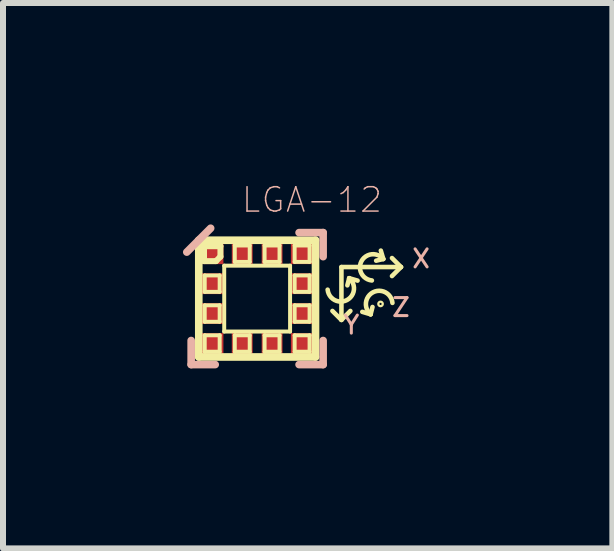
<source format=kicad_pcb>
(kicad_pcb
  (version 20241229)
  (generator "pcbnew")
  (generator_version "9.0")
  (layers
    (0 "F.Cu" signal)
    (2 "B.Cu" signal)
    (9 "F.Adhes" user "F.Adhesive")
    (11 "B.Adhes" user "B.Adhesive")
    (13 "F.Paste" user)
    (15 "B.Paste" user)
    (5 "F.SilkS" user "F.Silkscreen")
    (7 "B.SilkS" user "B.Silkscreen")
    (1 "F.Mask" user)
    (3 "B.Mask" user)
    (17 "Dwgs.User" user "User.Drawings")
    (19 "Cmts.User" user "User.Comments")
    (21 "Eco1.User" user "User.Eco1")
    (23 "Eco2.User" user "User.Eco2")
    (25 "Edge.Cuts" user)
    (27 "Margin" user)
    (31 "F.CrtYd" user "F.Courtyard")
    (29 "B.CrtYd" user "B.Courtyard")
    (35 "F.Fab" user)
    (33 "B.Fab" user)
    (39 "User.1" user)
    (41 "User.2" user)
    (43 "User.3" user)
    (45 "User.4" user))
  (footprint "LGA-12"
    (layer "F.Cu")
    (at 1.237 1.928)
    (property "Reference" "LGA-12" (at 0.914 -1.646 0) (layer "B.SilkS") (effects (font (size 0.406 0.406) (thickness 0.025))))
    (attr smd)
    (fp_line (start -0.973 -0.973) (end 0.973 -0.973) (stroke (width 0.127) (type solid)) (layer "F.SilkS"))
    (fp_line (start -0.973 0.973) (end -0.973 -0.973) (stroke (width 0.127) (type solid)) (layer "F.SilkS"))
    (fp_line (start -0.886 -0.874) (end -0.612 -0.874) (stroke (width 0.1) (type solid)) (layer "F.SilkS"))
    (fp_line (start -0.886 -0.625) (end -0.886 -0.874) (stroke (width 0.1) (type solid)) (layer "F.SilkS"))
    (fp_line (start -0.874 -0.386) (end -0.625 -0.386) (stroke (width 0.066) (type solid)) (layer "F.SilkS"))
    (fp_line (start -0.874 -0.112) (end -0.874 -0.386) (stroke (width 0.066) (type solid)) (layer "F.SilkS"))
    (fp_line (start -0.874 -0.112) (end -0.625 -0.112) (stroke (width 0.066) (type solid)) (layer "F.SilkS"))
    (fp_line (start -0.874 0.112) (end -0.625 0.112) (stroke (width 0.066) (type solid)) (layer "F.SilkS"))
    (fp_line (start -0.874 0.386) (end -0.874 0.112) (stroke (width 0.066) (type solid)) (layer "F.SilkS"))
    (fp_line (start -0.874 0.386) (end -0.625 0.386) (stroke (width 0.066) (type solid)) (layer "F.SilkS"))
    (fp_line (start -0.874 0.612) (end -0.625 0.612) (stroke (width 0.066) (type solid)) (layer "F.SilkS"))
    (fp_line (start -0.874 0.886) (end -0.874 0.612) (stroke (width 0.066) (type solid)) (layer "F.SilkS"))
    (fp_line (start -0.874 0.886) (end -0.625 0.886) (stroke (width 0.066) (type solid)) (layer "F.SilkS"))
    (fp_line (start -0.686 -0.625) (end -0.886 -0.625) (stroke (width 0.1) (type solid)) (layer "F.SilkS"))
    (fp_line (start -0.625 -0.112) (end -0.625 -0.386) (stroke (width 0.066) (type solid)) (layer "F.SilkS"))
    (fp_line (start -0.625 0.386) (end -0.625 0.112) (stroke (width 0.066) (type solid)) (layer "F.SilkS"))
    (fp_line (start -0.625 0.886) (end -0.625 0.612) (stroke (width 0.066) (type solid)) (layer "F.SilkS"))
    (fp_line (start -0.612 -0.874) (end -0.612 -0.699) (stroke (width 0.1) (type solid)) (layer "F.SilkS"))
    (fp_line (start -0.612 -0.699) (end -0.686 -0.625) (stroke (width 0.1) (type solid)) (layer "F.SilkS"))
    (fp_line (start -0.549 -0.549) (end 0.549 -0.549) (stroke (width 0.066) (type solid)) (layer "F.SilkS"))
    (fp_line (start -0.549 0.549) (end -0.549 -0.549) (stroke (width 0.066) (type solid)) (layer "F.SilkS"))
    (fp_line (start -0.549 0.549) (end 0.549 0.549) (stroke (width 0.066) (type solid)) (layer "F.SilkS"))
    (fp_line (start -0.373 -0.886) (end -0.124 -0.886) (stroke (width 0.066) (type solid)) (layer "F.SilkS"))
    (fp_line (start -0.373 -0.612) (end -0.373 -0.886) (stroke (width 0.066) (type solid)) (layer "F.SilkS"))
    (fp_line (start -0.373 -0.612) (end -0.124 -0.612) (stroke (width 0.066) (type solid)) (layer "F.SilkS"))
    (fp_line (start -0.373 0.612) (end -0.124 0.612) (stroke (width 0.066) (type solid)) (layer "F.SilkS"))
    (fp_line (start -0.373 0.886) (end -0.373 0.612) (stroke (width 0.066) (type solid)) (layer "F.SilkS"))
    (fp_line (start -0.373 0.886) (end -0.124 0.886) (stroke (width 0.066) (type solid)) (layer "F.SilkS"))
    (fp_line (start -0.124 -0.612) (end -0.124 -0.886) (stroke (width 0.066) (type solid)) (layer "F.SilkS"))
    (fp_line (start -0.124 0.886) (end -0.124 0.612) (stroke (width 0.066) (type solid)) (layer "F.SilkS"))
    (fp_line (start 0.124 -0.886) (end 0.373 -0.886) (stroke (width 0.066) (type solid)) (layer "F.SilkS"))
    (fp_line (start 0.124 -0.612) (end 0.124 -0.886) (stroke (width 0.066) (type solid)) (layer "F.SilkS"))
    (fp_line (start 0.124 -0.612) (end 0.373 -0.612) (stroke (width 0.066) (type solid)) (layer "F.SilkS"))
    (fp_line (start 0.124 0.612) (end 0.373 0.612) (stroke (width 0.066) (type solid)) (layer "F.SilkS"))
    (fp_line (start 0.124 0.886) (end 0.124 0.612) (stroke (width 0.066) (type solid)) (layer "F.SilkS"))
    (fp_line (start 0.124 0.886) (end 0.373 0.886) (stroke (width 0.066) (type solid)) (layer "F.SilkS"))
    (fp_line (start 0.373 -0.612) (end 0.373 -0.886) (stroke (width 0.066) (type solid)) (layer "F.SilkS"))
    (fp_line (start 0.373 0.886) (end 0.373 0.612) (stroke (width 0.066) (type solid)) (layer "F.SilkS"))
    (fp_line (start 0.549 0.549) (end 0.549 -0.549) (stroke (width 0.066) (type solid)) (layer "F.SilkS"))
    (fp_line (start 0.625 -0.886) (end 0.874 -0.886) (stroke (width 0.066) (type solid)) (layer "F.SilkS"))
    (fp_line (start 0.625 -0.612) (end 0.625 -0.886) (stroke (width 0.066) (type solid)) (layer "F.SilkS"))
    (fp_line (start 0.625 -0.612) (end 0.874 -0.612) (stroke (width 0.066) (type solid)) (layer "F.SilkS"))
    (fp_line (start 0.625 -0.386) (end 0.874 -0.386) (stroke (width 0.066) (type solid)) (layer "F.SilkS"))
    (fp_line (start 0.625 -0.112) (end 0.625 -0.386) (stroke (width 0.066) (type solid)) (layer "F.SilkS"))
    (fp_line (start 0.625 -0.112) (end 0.874 -0.112) (stroke (width 0.066) (type solid)) (layer "F.SilkS"))
    (fp_line (start 0.625 0.112) (end 0.874 0.112) (stroke (width 0.066) (type solid)) (layer "F.SilkS"))
    (fp_line (start 0.625 0.386) (end 0.625 0.112) (stroke (width 0.066) (type solid)) (layer "F.SilkS"))
    (fp_line (start 0.625 0.386) (end 0.874 0.386) (stroke (width 0.066) (type solid)) (layer "F.SilkS"))
    (fp_line (start 0.625 0.612) (end 0.874 0.612) (stroke (width 0.066) (type solid)) (layer "F.SilkS"))
    (fp_line (start 0.625 0.886) (end 0.625 0.612) (stroke (width 0.066) (type solid)) (layer "F.SilkS"))
    (fp_line (start 0.625 0.886) (end 0.874 0.886) (stroke (width 0.066) (type solid)) (layer "F.SilkS"))
    (fp_line (start 0.874 -0.612) (end 0.874 -0.886) (stroke (width 0.066) (type solid)) (layer "F.SilkS"))
    (fp_line (start 0.874 -0.112) (end 0.874 -0.386) (stroke (width 0.066) (type solid)) (layer "F.SilkS"))
    (fp_line (start 0.874 0.386) (end 0.874 0.112) (stroke (width 0.066) (type solid)) (layer "F.SilkS"))
    (fp_line (start 0.874 0.886) (end 0.874 0.612) (stroke (width 0.066) (type solid)) (layer "F.SilkS"))
    (fp_line (start 0.973 -0.973) (end 0.973 0.973) (stroke (width 0.127) (type solid)) (layer "F.SilkS"))
    (fp_line (start 0.973 0.973) (end -0.973 0.973) (stroke (width 0.127) (type solid)) (layer "F.SilkS"))
    (fp_line (start 1.405 0.353) (end 1.405 -0.526) (stroke (width 0.076) (type solid)) (layer "F.SilkS"))
    (fp_line (start 1.405 0.356) (end 1.255 0.206) (stroke (width 0.076) (type solid)) (layer "F.SilkS"))
    (fp_line (start 1.405 0.356) (end 1.554 0.206) (stroke (width 0.076) (type solid)) (layer "F.SilkS"))
    (fp_line (start 1.534 -0.34) (end 1.504 -0.221) (stroke (width 0.076) (type solid)) (layer "F.SilkS"))
    (fp_line (start 1.534 -0.34) (end 1.674 -0.3) (stroke (width 0.076) (type solid)) (layer "F.SilkS"))
    (fp_line (start 1.892 0.262) (end 1.753 0.221) (stroke (width 0.076) (type solid)) (layer "F.SilkS"))
    (fp_line (start 1.892 0.262) (end 1.923 0.14) (stroke (width 0.076) (type solid)) (layer "F.SilkS"))
    (fp_line (start 2.103 -0.66) (end 1.984 -0.632) (stroke (width 0.076) (type solid)) (layer "F.SilkS"))
    (fp_line (start 2.103 -0.66) (end 2.062 -0.8) (stroke (width 0.076) (type solid)) (layer "F.SilkS"))
    (fp_line (start 2.398 -0.526) (end 1.405 -0.526) (stroke (width 0.076) (type solid)) (layer "F.SilkS"))
    (fp_line (start 2.398 -0.526) (end 2.248 -0.676) (stroke (width 0.076) (type solid)) (layer "F.SilkS"))
    (fp_line (start 2.398 -0.526) (end 2.248 -0.376) (stroke (width 0.076) (type solid)) (layer "F.SilkS"))
    (fp_arc (start 1.53416 -0.34036) (mid 1.498225 0.024011) (end 1.175342 -0.148627) (stroke (width 0.0762) (type solid)) (layer "F.SilkS"))
    (fp_arc (start 1.8923 0.26162) (mid 1.931747 -0.105098) (end 2.255454 0.071683) (stroke (width 0.0762) (type solid)) (layer "F.SilkS"))
    (fp_arc (start 1.91262 -0.30226) (mid 1.738904 -0.623067) (end 2.101769 -0.660792) (stroke (width 0.0762) (type solid)) (layer "F.SilkS"))
    (fp_circle (center 2.057 0.089) (end 2.07 0.102) (stroke (width 0.038) (type solid)) (fill no) (layer "F.SilkS"))
    (fp_line (start -1.173 -0.775) (end -0.775 -1.173) (stroke (width 0.127) (type solid)) (layer "B.SilkS"))
    (fp_line (start -1.1 1.1) (end -1.1 0.699) (stroke (width 0.127) (type solid)) (layer "B.SilkS"))
    (fp_line (start -1.1 1.1) (end -0.699 1.1) (stroke (width 0.127) (type solid)) (layer "B.SilkS"))
    (fp_line (start 1.1 -1.1) (end 0.699 -1.1) (stroke (width 0.127) (type solid)) (layer "B.SilkS"))
    (fp_line (start 1.1 -1.1) (end 1.1 -0.699) (stroke (width 0.127) (type solid)) (layer "B.SilkS"))
    (fp_line (start 1.1 1.1) (end 0.699 1.1) (stroke (width 0.127) (type solid)) (layer "B.SilkS"))
    (fp_line (start 1.1 1.1) (end 1.1 0.699) (stroke (width 0.127) (type solid)) (layer "B.SilkS"))
    (fp_text user "X" (at 2.733 -0.665 0) (layer "B.SilkS") (effects (font (size 0.3 0.3) (thickness 0.051))))
    (fp_text user "Z" (at 2.398 0.147 0) (layer "B.SilkS") (effects (font (size 0.3 0.3) (thickness 0.051))))
    (fp_text user "Y" (at 1.57 0.439 0) (layer "B.SilkS") (effects (font (size 0.3 0.3) (thickness 0.051))))
    (pad "1" smd rect (at -0.749 -0.749 90) (size 0.348 0.373) (layers "F.Cu" "F.Mask" "F.Paste"))
    (pad "2" smd rect (at -0.749 -0.249 90) (size 0.348 0.373) (layers "F.Cu" "F.Mask" "F.Paste"))
    (pad "3" smd rect (at -0.749 0.249 90) (size 0.348 0.373) (layers "F.Cu" "F.Mask" "F.Paste"))
    (pad "4" smd rect (at -0.749 0.749 90) (size 0.348 0.373) (layers "F.Cu" "F.Mask" "F.Paste"))
    (pad "5" smd rect (at -0.249 0.749 180) (size 0.348 0.373) (layers "F.Cu" "F.Mask" "F.Paste"))
    (pad "6" smd rect (at 0.249 0.749 180) (size 0.348 0.373) (layers "F.Cu" "F.Mask" "F.Paste"))
    (pad "7" smd rect (at 0.749 0.749 270) (size 0.348 0.373) (layers "F.Cu" "F.Mask" "F.Paste"))
    (pad "8" smd rect (at 0.749 0.249 270) (size 0.348 0.373) (layers "F.Cu" "F.Mask" "F.Paste"))
    (pad "9" smd rect (at 0.749 -0.249 270) (size 0.348 0.373) (layers "F.Cu" "F.Mask" "F.Paste"))
    (pad "10" smd rect (at 0.749 -0.749 270) (size 0.348 0.373) (layers "F.Cu" "F.Mask" "F.Paste"))
    (pad "11" smd rect (at 0.249 -0.749) (size 0.348 0.373) (layers "F.Cu" "F.Mask" "F.Paste"))
    (pad "12" smd rect (at -0.249 -0.749) (size 0.348 0.373) (layers "F.Cu" "F.Mask" "F.Paste")))
  (gr_rect
    (start -3 -3)
    (end 7.159 6.092)
    (stroke (width 0.1) (type default))
    (fill no)
    (layer "Edge.Cuts")))
</source>
